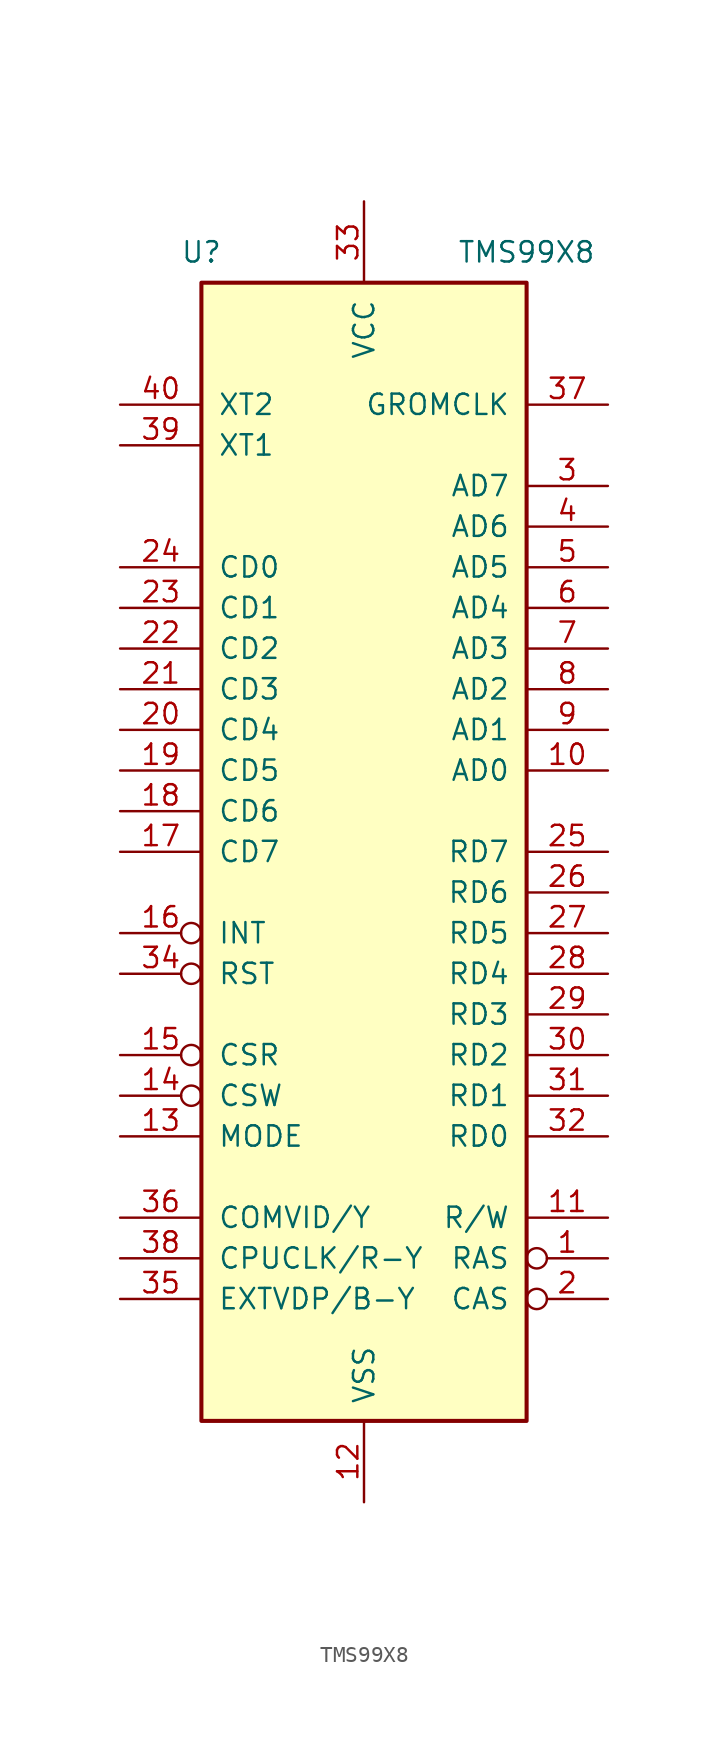
<source format=kicad_sym>
(kicad_symbol_lib
  (version 20211014)
  (generator kicad_symbol_editor)
  (symbol "TMS99X8"
    (pin_names
      (offset 1.016))
    (property "Reference" "U"
      (at -10.16 27.305 0)
      (effects (font (size 1.27 1.27))))
    (property "Value" "TMS99X8"
      (at 10.16 27.305 0)
      (effects (font (size 1.27 1.27))))
    (symbol "TMS99X8_0_1"
      (rectangle (start -10.16 25.4) (end 10.16 -45.72) (stroke (width 0.254) (type default) (color 0 0 0 0)) (fill (type background))))
    (symbol "TMS99X8_1_1"
      (pin output inverted (at 15.24 -35.56 180) (length 5.08) (name "RAS" (effects (font (size 1.27 1.27)))) (number "1" (effects (font (size 1.27 1.27)))))
      (pin output line (at 15.24 -5.08 180) (length 5.08) (name "AD0" (effects (font (size 1.27 1.27)))) (number "10" (effects (font (size 1.27 1.27)))))
      (pin output line (at 15.24 -33.02 180) (length 5.08) (name "R/W" (effects (font (size 1.27 1.27)))) (number "11" (effects (font (size 1.27 1.27)))))
      (pin power_in line (at 0 -50.8 90) (length 5.08) (name "VSS" (effects (font (size 1.27 1.27)))) (number "12" (effects (font (size 1.27 1.27)))))
      (pin input line (at -15.24 -27.94 0) (length 5.08) (name "MODE" (effects (font (size 1.27 1.27)))) (number "13" (effects (font (size 1.27 1.27)))))
      (pin input inverted (at -15.24 -25.4 0) (length 5.08) (name "CSW" (effects (font (size 1.27 1.27)))) (number "14" (effects (font (size 1.27 1.27)))))
      (pin input inverted (at -15.24 -22.86 0) (length 5.08) (name "CSR" (effects (font (size 1.27 1.27)))) (number "15" (effects (font (size 1.27 1.27)))))
      (pin output inverted (at -15.24 -15.24 0) (length 5.08) (name "INT" (effects (font (size 1.27 1.27)))) (number "16" (effects (font (size 1.27 1.27)))))
      (pin bidirectional line (at -15.24 -10.16 0) (length 5.08) (name "CD7" (effects (font (size 1.27 1.27)))) (number "17" (effects (font (size 1.27 1.27)))))
      (pin bidirectional line (at -15.24 -7.62 0) (length 5.08) (name "CD6" (effects (font (size 1.27 1.27)))) (number "18" (effects (font (size 1.27 1.27)))))
      (pin bidirectional line (at -15.24 -5.08 0) (length 5.08) (name "CD5" (effects (font (size 1.27 1.27)))) (number "19" (effects (font (size 1.27 1.27)))))
      (pin output inverted (at 15.24 -38.1 180) (length 5.08) (name "CAS" (effects (font (size 1.27 1.27)))) (number "2" (effects (font (size 1.27 1.27)))))
      (pin bidirectional line (at -15.24 -2.54 0) (length 5.08) (name "CD4" (effects (font (size 1.27 1.27)))) (number "20" (effects (font (size 1.27 1.27)))))
      (pin bidirectional line (at -15.24 0 0) (length 5.08) (name "CD3" (effects (font (size 1.27 1.27)))) (number "21" (effects (font (size 1.27 1.27)))))
      (pin bidirectional line (at -15.24 2.54 0) (length 5.08) (name "CD2" (effects (font (size 1.27 1.27)))) (number "22" (effects (font (size 1.27 1.27)))))
      (pin bidirectional line (at -15.24 5.08 0) (length 5.08) (name "CD1" (effects (font (size 1.27 1.27)))) (number "23" (effects (font (size 1.27 1.27)))))
      (pin bidirectional line (at -15.24 7.62 0) (length 5.08) (name "CD0" (effects (font (size 1.27 1.27)))) (number "24" (effects (font (size 1.27 1.27)))))
      (pin input line (at 15.24 -10.16 180) (length 5.08) (name "RD7" (effects (font (size 1.27 1.27)))) (number "25" (effects (font (size 1.27 1.27)))))
      (pin input line (at 15.24 -12.7 180) (length 5.08) (name "RD6" (effects (font (size 1.27 1.27)))) (number "26" (effects (font (size 1.27 1.27)))))
      (pin input line (at 15.24 -15.24 180) (length 5.08) (name "RD5" (effects (font (size 1.27 1.27)))) (number "27" (effects (font (size 1.27 1.27)))))
      (pin input line (at 15.24 -17.78 180) (length 5.08) (name "RD4" (effects (font (size 1.27 1.27)))) (number "28" (effects (font (size 1.27 1.27)))))
      (pin input line (at 15.24 -20.32 180) (length 5.08) (name "RD3" (effects (font (size 1.27 1.27)))) (number "29" (effects (font (size 1.27 1.27)))))
      (pin output line (at 15.24 12.7 180) (length 5.08) (name "AD7" (effects (font (size 1.27 1.27)))) (number "3" (effects (font (size 1.27 1.27)))))
      (pin input line (at 15.24 -22.86 180) (length 5.08) (name "RD2" (effects (font (size 1.27 1.27)))) (number "30" (effects (font (size 1.27 1.27)))))
      (pin input line (at 15.24 -25.4 180) (length 5.08) (name "RD1" (effects (font (size 1.27 1.27)))) (number "31" (effects (font (size 1.27 1.27)))))
      (pin input line (at 15.24 -27.94 180) (length 5.08) (name "RD0" (effects (font (size 1.27 1.27)))) (number "32" (effects (font (size 1.27 1.27)))))
      (pin power_in line (at 0 30.48 270) (length 5.08) (name "VCC" (effects (font (size 1.27 1.27)))) (number "33" (effects (font (size 1.27 1.27)))))
      (pin input inverted (at -15.24 -17.78 0) (length 5.08) (name "RST" (effects (font (size 1.27 1.27)))) (number "34" (effects (font (size 1.27 1.27)))))
      (pin bidirectional line (at -15.24 -38.1 0) (length 5.08) (name "EXTVDP/B-Y" (effects (font (size 1.27 1.27)))) (number "35" (effects (font (size 1.27 1.27)))))
      (pin output line (at -15.24 -33.02 0) (length 5.08) (name "COMVID/Y" (effects (font (size 1.27 1.27)))) (number "36" (effects (font (size 1.27 1.27)))))
      (pin output line (at 15.24 17.78 180) (length 5.08) (name "GROMCLK" (effects (font (size 1.27 1.27)))) (number "37" (effects (font (size 1.27 1.27)))))
      (pin output line (at -15.24 -35.56 0) (length 5.08) (name "CPUCLK/R-Y" (effects (font (size 1.27 1.27)))) (number "38" (effects (font (size 1.27 1.27)))))
      (pin output line (at -15.24 15.24 0) (length 5.08) (name "XT1" (effects (font (size 1.27 1.27)))) (number "39" (effects (font (size 1.27 1.27)))))
      (pin output line (at 15.24 10.16 180) (length 5.08) (name "AD6" (effects (font (size 1.27 1.27)))) (number "4" (effects (font (size 1.27 1.27)))))
      (pin output line (at -15.24 17.78 0) (length 5.08) (name "XT2" (effects (font (size 1.27 1.27)))) (number "40" (effects (font (size 1.27 1.27)))))
      (pin output line (at 15.24 7.62 180) (length 5.08) (name "AD5" (effects (font (size 1.27 1.27)))) (number "5" (effects (font (size 1.27 1.27)))))
      (pin output line (at 15.24 5.08 180) (length 5.08) (name "AD4" (effects (font (size 1.27 1.27)))) (number "6" (effects (font (size 1.27 1.27)))))
      (pin output line (at 15.24 2.54 180) (length 5.08) (name "AD3" (effects (font (size 1.27 1.27)))) (number "7" (effects (font (size 1.27 1.27)))))
      (pin output line (at 15.24 0 180) (length 5.08) (name "AD2" (effects (font (size 1.27 1.27)))) (number "8" (effects (font (size 1.27 1.27)))))
      (pin output line (at 15.24 -2.54 180) (length 5.08) (name "AD1" (effects (font (size 1.27 1.27)))) (number "9" (effects (font (size 1.27 1.27))))))))
</source>
